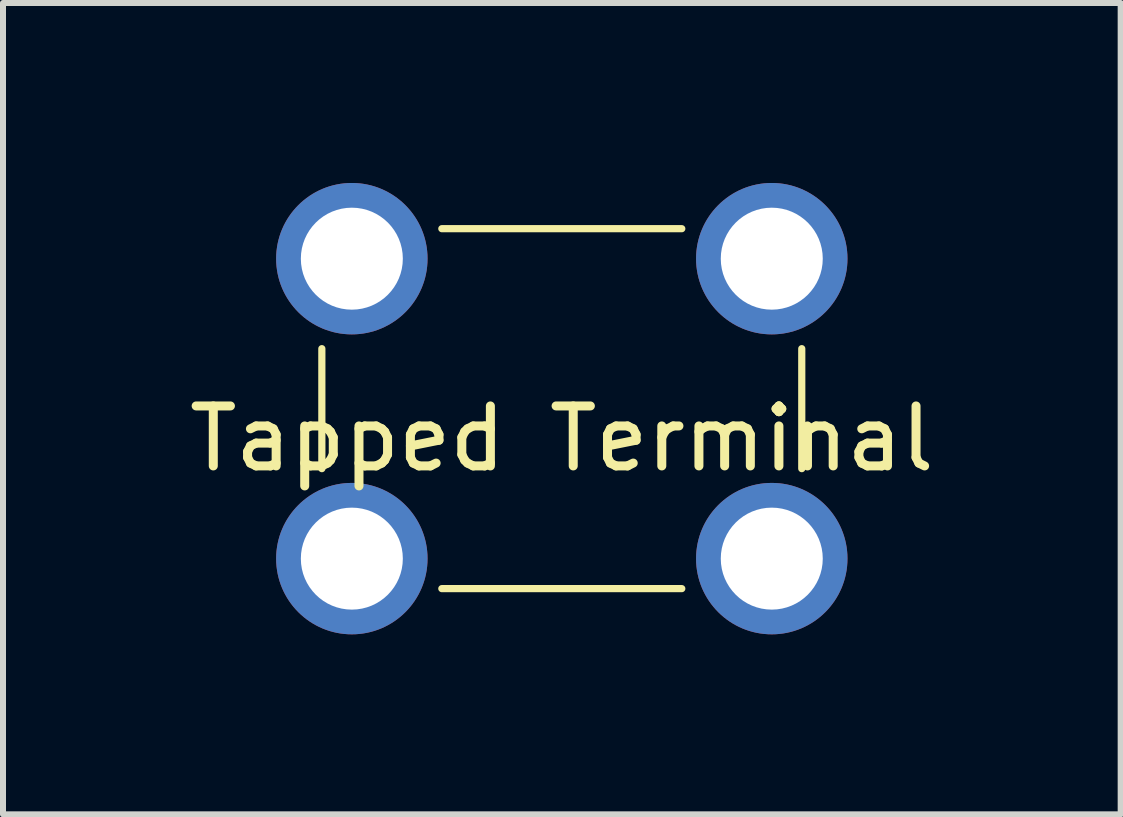
<source format=kicad_pcb>
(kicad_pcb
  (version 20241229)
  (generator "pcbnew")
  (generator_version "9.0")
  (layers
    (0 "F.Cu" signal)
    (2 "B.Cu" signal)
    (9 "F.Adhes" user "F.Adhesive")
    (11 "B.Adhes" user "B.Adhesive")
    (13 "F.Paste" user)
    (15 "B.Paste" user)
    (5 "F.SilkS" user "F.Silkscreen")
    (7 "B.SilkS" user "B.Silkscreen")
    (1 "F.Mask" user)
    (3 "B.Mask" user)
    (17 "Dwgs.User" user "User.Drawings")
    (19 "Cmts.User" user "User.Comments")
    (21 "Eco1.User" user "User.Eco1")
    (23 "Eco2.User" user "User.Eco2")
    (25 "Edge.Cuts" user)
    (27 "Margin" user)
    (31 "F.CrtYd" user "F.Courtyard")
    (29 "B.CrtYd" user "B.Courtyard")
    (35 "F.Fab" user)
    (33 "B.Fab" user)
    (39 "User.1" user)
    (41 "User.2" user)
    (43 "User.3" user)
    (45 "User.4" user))
  (footprint "Tapped Terminal"
    (layer "F.Cu")
    (at 6.315 3.762)
    (property "Reference" "Tapped Terminal" (at 0 0.5 0) (layer "F.SilkS") (effects (font (size 1 1) (thickness 0.15))))
    (attr through_hole)
    (fp_line (start -4 -1) (end -4 1) (stroke (width 0.12) (type solid)) (layer "F.SilkS"))
    (fp_line (start -2 -3) (end 2 -3) (stroke (width 0.12) (type solid)) (layer "F.SilkS"))
    (fp_line (start -2 3) (end 2 3) (stroke (width 0.12) (type solid)) (layer "F.SilkS"))
    (fp_line (start 4 -1) (end 4 1) (stroke (width 0.12) (type solid)) (layer "F.SilkS"))
    (pad "1" thru_hole circle (at -3.5 -2.5) (size 2.524 2.524) (drill 1.7) (layers "*.Cu" "*.Mask"))
    (pad "1" thru_hole circle (at -3.5 2.5) (size 2.524 2.524) (drill 1.7) (layers "*.Cu" "*.Mask"))
    (pad "1" thru_hole circle (at 3.5 -2.5) (size 2.524 2.524) (drill 1.7) (layers "*.Cu" "*.Mask"))
    (pad "1" thru_hole circle (at 3.5 2.5) (size 2.524 2.524) (drill 1.7) (layers "*.Cu" "*.Mask")))
  (gr_rect
    (start -3 -3)
    (end 15.631 10.524)
    (stroke (width 0.1) (type default))
    (fill no)
    (layer "Edge.Cuts")))
</source>
